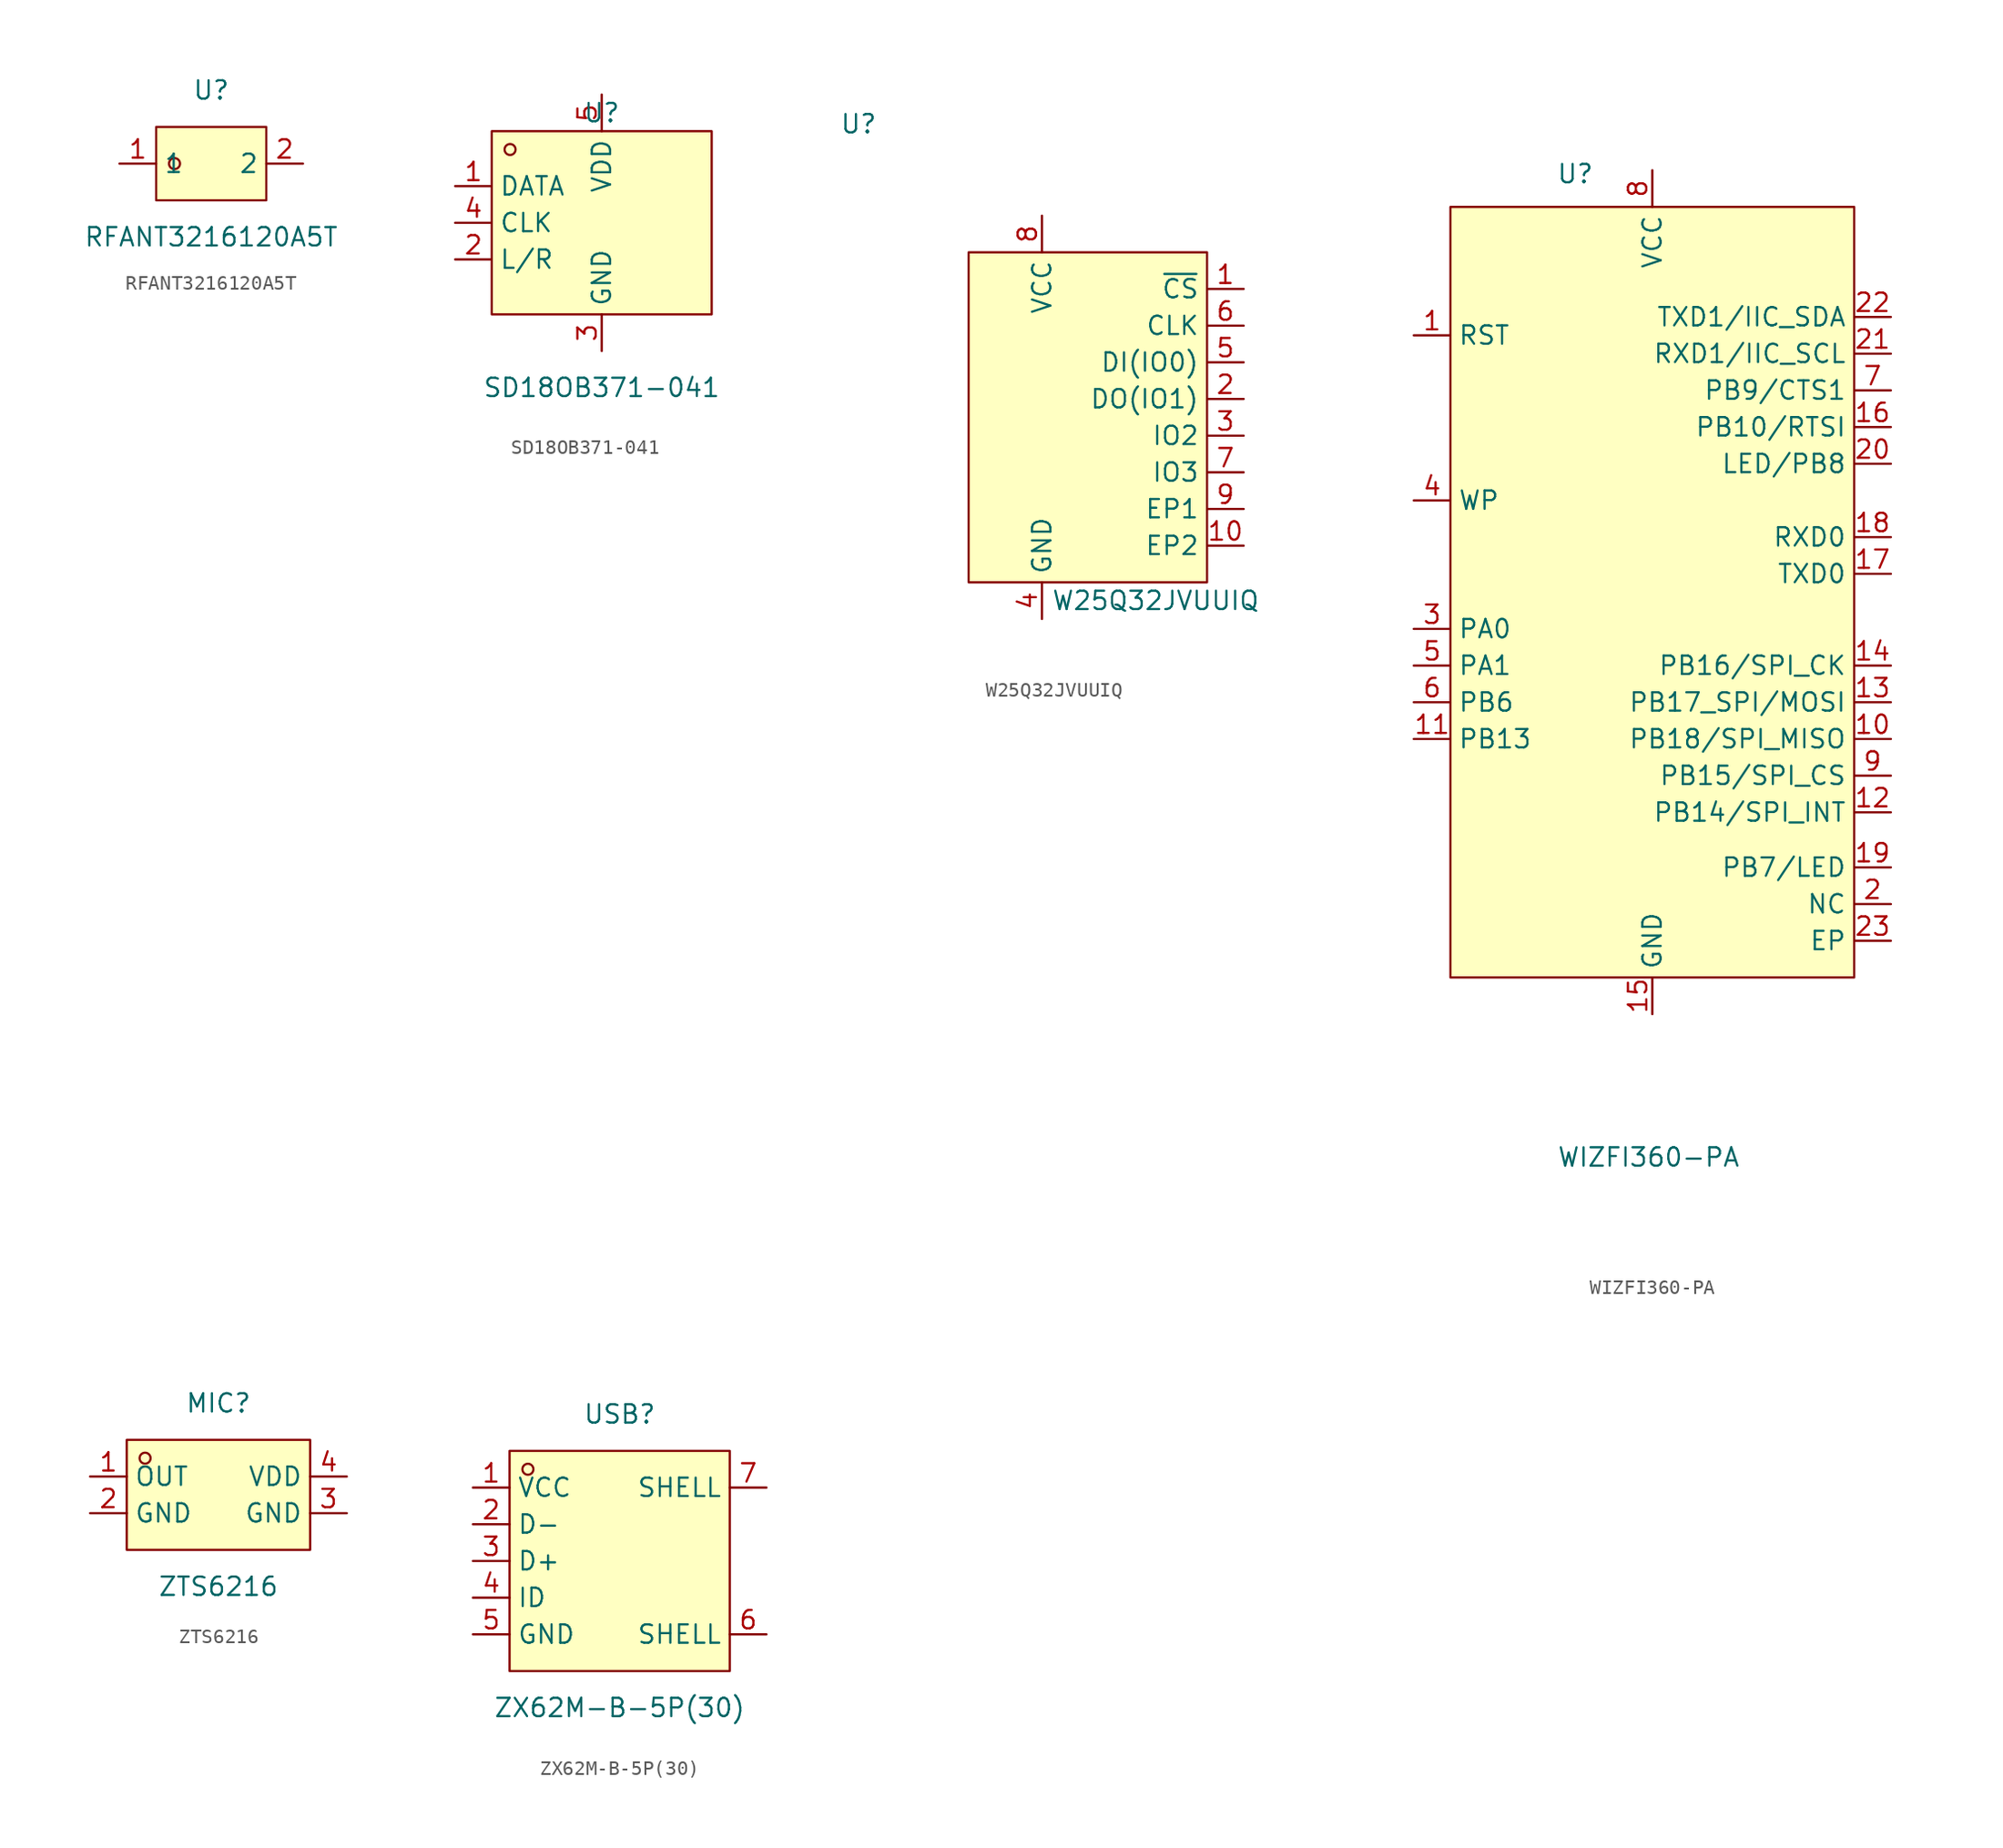
<source format=kicad_sym>
(kicad_symbol_lib
  (version 20231120)
  (generator "kicad_symbol_editor")
  (generator_version "8.0")
  (symbol "RFANT3216120A5T"
    (property "Reference" "U"
      (at 0 5.08 0)
      (effects (font (size 1.27 1.27))))
    (property "Value" "RFANT3216120A5T"
      (at 0 -5.08 0)
      (effects (font (size 1.27 1.27))))
    (symbol "RFANT3216120A5T_0_1"
      (rectangle (start -3.81 2.54) (end 3.81 -2.54) (stroke (width 0) (type default)) (fill (type background)))
      (circle (center -2.54 0) (radius 0.38) (stroke (width 0) (type default)) (fill (type none)))
      (pin unspecified line (at -6.35 0 0) (length 2.54) (name "1" (effects (font (size 1.27 1.27)))) (number "1" (effects (font (size 1.27 1.27)))))
      (pin unspecified line (at 6.35 0 180) (length 2.54) (name "2" (effects (font (size 1.27 1.27)))) (number "2" (effects (font (size 1.27 1.27)))))))
  (symbol "SD18OB371-041"
    (property "Reference" "U"
      (at 0 6.35 0)
      (effects (font (size 1.27 1.27))))
    (property "Value" "SD18OB371-041"
      (at 0 -12.7 0)
      (effects (font (size 1.27 1.27))))
    (symbol "SD18OB371-041_0_1"
      (rectangle (start -7.62 5.08) (end 7.62 -7.62) (stroke (width 0) (type default)) (fill (type background)))
      (circle (center -6.35 3.81) (radius 0.38) (stroke (width 0) (type default)) (fill (type none)))
      (pin unspecified line (at -10.16 1.27 0) (length 2.54) (name "DATA" (effects (font (size 1.27 1.27)))) (number "1" (effects (font (size 1.27 1.27)))))
      (pin unspecified line (at -10.16 -3.81 0) (length 2.54) (name "L/R" (effects (font (size 1.27 1.27)))) (number "2" (effects (font (size 1.27 1.27)))))
      (pin unspecified line (at 0 -10.16 90) (length 2.54) (name "GND" (effects (font (size 1.27 1.27)))) (number "3" (effects (font (size 1.27 1.27)))))
      (pin unspecified line (at -10.16 -1.27 0) (length 2.54) (name "CLK" (effects (font (size 1.27 1.27)))) (number "4" (effects (font (size 1.27 1.27)))))
      (pin unspecified line (at 0 7.62 270) (length 2.54) (name "VDD" (effects (font (size 1.27 1.27)))) (number "5" (effects (font (size 1.27 1.27)))))))
  (symbol "W25Q32JVUUIQ"
    (property "Reference" "U"
      (at 0 16.51 0)
      (effects (font (size 1.27 1.27))))
    (property "Value" "W25Q32JVUUIQ"
      (at 20.574 -16.51 0)
      (effects (font (size 1.27 1.27))))
    (symbol "W25Q32JVUUIQ_0_1"
      (rectangle (start 7.62 7.62) (end 24.13 -15.24) (stroke (width 0) (type default)) (fill (type background)))
      (pin unspecified line (at 26.67 5.08 180) (length 2.54) (name "~{CS}" (effects (font (size 1.27 1.27)))) (number "1" (effects (font (size 1.27 1.27)))))
      (pin unspecified line (at 26.67 -12.7 180) (length 2.54) (name "EP2" (effects (font (size 1.27 1.27)))) (number "10" (effects (font (size 1.27 1.27)))))
      (pin unspecified line (at 26.67 -2.54 180) (length 2.54) (name "DO(IO1)" (effects (font (size 1.27 1.27)))) (number "2" (effects (font (size 1.27 1.27)))))
      (pin unspecified line (at 12.7 -17.78 90) (length 2.54) (name "GND" (effects (font (size 1.27 1.27)))) (number "4" (effects (font (size 1.27 1.27)))))
      (pin unspecified line (at 26.67 0 180) (length 2.54) (name "DI(IO0)" (effects (font (size 1.27 1.27)))) (number "5" (effects (font (size 1.27 1.27)))))
      (pin unspecified line (at 26.67 2.54 180) (length 2.54) (name "CLK" (effects (font (size 1.27 1.27)))) (number "6" (effects (font (size 1.27 1.27)))))
      (pin unspecified line (at 12.7 10.16 270) (length 2.54) (name "VCC" (effects (font (size 1.27 1.27)))) (number "8" (effects (font (size 1.27 1.27)))))
      (pin unspecified line (at 26.67 -10.16 180) (length 2.54) (name "EP1" (effects (font (size 1.27 1.27)))) (number "9" (effects (font (size 1.27 1.27))))))
    (symbol "W25Q32JVUUIQ_1_1"
      (pin unspecified line (at 26.67 -5.08 180) (length 2.54) (name "IO2" (effects (font (size 1.27 1.27)))) (number "3" (effects (font (size 1.27 1.27)))))
      (pin unspecified line (at 26.67 -7.62 180) (length 2.54) (name "IO3" (effects (font (size 1.27 1.27)))) (number "7" (effects (font (size 1.27 1.27)))))))
  (symbol "WIZFI360-PA"
    (property "Reference" "U"
      (at -5.334 35.306 0)
      (effects (font (size 1.27 1.27))))
    (property "Value" "WIZFI360-PA"
      (at -0.254 -32.766 0)
      (effects (font (size 1.27 1.27))))
    (symbol "WIZFI360-PA_0_1"
      (rectangle (start -13.97 33.02) (end 13.97 -20.32) (stroke (width 0) (type default)) (fill (type background)))
      (pin unspecified line (at -16.51 24.13 0) (length 2.54) (name "RST" (effects (font (size 1.27 1.27)))) (number "1" (effects (font (size 1.27 1.27)))))
      (pin unspecified line (at 16.51 -3.81 180) (length 2.54) (name "PB18/SPI_MISO" (effects (font (size 1.27 1.27)))) (number "10" (effects (font (size 1.27 1.27)))))
      (pin unspecified line (at -16.51 -3.81 0) (length 2.54) (name "PB13" (effects (font (size 1.27 1.27)))) (number "11" (effects (font (size 1.27 1.27)))))
      (pin unspecified line (at 16.51 -8.89 180) (length 2.54) (name "PB14/SPI_INT" (effects (font (size 1.27 1.27)))) (number "12" (effects (font (size 1.27 1.27)))))
      (pin unspecified line (at 16.51 -1.27 180) (length 2.54) (name "PB17_SPI/MOSI" (effects (font (size 1.27 1.27)))) (number "13" (effects (font (size 1.27 1.27)))))
      (pin unspecified line (at 16.51 1.27 180) (length 2.54) (name "PB16/SPI_CK" (effects (font (size 1.27 1.27)))) (number "14" (effects (font (size 1.27 1.27)))))
      (pin unspecified line (at 0 -22.86 90) (length 2.54) (name "GND" (effects (font (size 1.27 1.27)))) (number "15" (effects (font (size 1.27 1.27)))))
      (pin unspecified line (at 16.51 17.78 180) (length 2.54) (name "PB10/RTSI" (effects (font (size 1.27 1.27)))) (number "16" (effects (font (size 1.27 1.27)))))
      (pin unspecified line (at 16.51 7.62 180) (length 2.54) (name "TXD0" (effects (font (size 1.27 1.27)))) (number "17" (effects (font (size 1.27 1.27)))))
      (pin unspecified line (at 16.51 10.16 180) (length 2.54) (name "RXD0" (effects (font (size 1.27 1.27)))) (number "18" (effects (font (size 1.27 1.27)))))
      (pin unspecified line (at 16.51 -15.24 180) (length 2.54) (name "NC" (effects (font (size 1.27 1.27)))) (number "2" (effects (font (size 1.27 1.27)))))
      (pin unspecified line (at 16.51 15.24 180) (length 2.54) (name "LED/PB8" (effects (font (size 1.27 1.27)))) (number "20" (effects (font (size 1.27 1.27)))))
      (pin unspecified line (at 16.51 22.86 180) (length 2.54) (name "RXD1/IIC_SCL" (effects (font (size 1.27 1.27)))) (number "21" (effects (font (size 1.27 1.27)))))
      (pin unspecified line (at 16.51 25.4 180) (length 2.54) (name "TXD1/IIC_SDA" (effects (font (size 1.27 1.27)))) (number "22" (effects (font (size 1.27 1.27)))))
      (pin unspecified line (at 16.51 -17.78 180) (length 2.54) (name "EP" (effects (font (size 1.27 1.27)))) (number "23" (effects (font (size 1.27 1.27)))))
      (pin unspecified line (at -16.51 3.81 0) (length 2.54) (name "PA0" (effects (font (size 1.27 1.27)))) (number "3" (effects (font (size 1.27 1.27)))))
      (pin unspecified line (at -16.51 12.7 0) (length 2.54) (name "WP" (effects (font (size 1.27 1.27)))) (number "4" (effects (font (size 1.27 1.27)))))
      (pin unspecified line (at -16.51 1.27 0) (length 2.54) (name "PA1" (effects (font (size 1.27 1.27)))) (number "5" (effects (font (size 1.27 1.27)))))
      (pin unspecified line (at -16.51 -1.27 0) (length 2.54) (name "PB6" (effects (font (size 1.27 1.27)))) (number "6" (effects (font (size 1.27 1.27)))))
      (pin unspecified line (at 16.51 20.32 180) (length 2.54) (name "PB9/CTS1" (effects (font (size 1.27 1.27)))) (number "7" (effects (font (size 1.27 1.27)))))
      (pin unspecified line (at 0 35.56 270) (length 2.54) (name "VCC" (effects (font (size 1.27 1.27)))) (number "8" (effects (font (size 1.27 1.27)))))
      (pin unspecified line (at 16.51 -6.35 180) (length 2.54) (name "PB15/SPI_CS" (effects (font (size 1.27 1.27)))) (number "9" (effects (font (size 1.27 1.27))))))
    (symbol "WIZFI360-PA_1_1"
      (pin unspecified line (at 16.51 -12.7 180) (length 2.54) (name "PB7/LED" (effects (font (size 1.27 1.27)))) (number "19" (effects (font (size 1.27 1.27)))))))
  (symbol "ZTS6216"
    (property "Reference" "MIC"
      (at 0 6.35 0)
      (effects (font (size 1.27 1.27))))
    (property "Value" "ZTS6216"
      (at 0 -6.35 0)
      (effects (font (size 1.27 1.27))))
    (symbol "ZTS6216_0_1"
      (rectangle (start -6.35 3.81) (end 6.35 -3.81) (stroke (width 0) (type default)) (fill (type background)))
      (circle (center -5.08 2.54) (radius 0.38) (stroke (width 0) (type default)) (fill (type none)))
      (pin unspecified line (at -8.89 1.27 0) (length 2.54) (name "OUT" (effects (font (size 1.27 1.27)))) (number "1" (effects (font (size 1.27 1.27)))))
      (pin unspecified line (at -8.89 -1.27 0) (length 2.54) (name "GND" (effects (font (size 1.27 1.27)))) (number "2" (effects (font (size 1.27 1.27)))))
      (pin unspecified line (at 8.89 -1.27 180) (length 2.54) (name "GND" (effects (font (size 1.27 1.27)))) (number "3" (effects (font (size 1.27 1.27)))))
      (pin unspecified line (at 8.89 1.27 180) (length 2.54) (name "VDD" (effects (font (size 1.27 1.27)))) (number "4" (effects (font (size 1.27 1.27)))))))
  (symbol "ZX62M-B-5P(30)"
    (property "Reference" "USB"
      (at 0 10.16 0)
      (effects (font (size 1.27 1.27))))
    (property "Value" "ZX62M-B-5P(30)"
      (at 0 -10.16 0)
      (effects (font (size 1.27 1.27))))
    (symbol "ZX62M-B-5P(30)_0_1"
      (rectangle (start -7.62 7.62) (end 7.62 -7.62) (stroke (width 0) (type default)) (fill (type background)))
      (circle (center -6.35 6.35) (radius 0.38) (stroke (width 0) (type default)) (fill (type none)))
      (pin unspecified line (at -10.16 5.08 0) (length 2.54) (name "VCC" (effects (font (size 1.27 1.27)))) (number "1" (effects (font (size 1.27 1.27)))))
      (pin unspecified line (at -10.16 2.54 0) (length 2.54) (name "D-" (effects (font (size 1.27 1.27)))) (number "2" (effects (font (size 1.27 1.27)))))
      (pin unspecified line (at -10.16 0 0) (length 2.54) (name "D+" (effects (font (size 1.27 1.27)))) (number "3" (effects (font (size 1.27 1.27)))))
      (pin unspecified line (at -10.16 -2.54 0) (length 2.54) (name "ID" (effects (font (size 1.27 1.27)))) (number "4" (effects (font (size 1.27 1.27)))))
      (pin unspecified line (at -10.16 -5.08 0) (length 2.54) (name "GND" (effects (font (size 1.27 1.27)))) (number "5" (effects (font (size 1.27 1.27)))))
      (pin unspecified line (at 10.16 -5.08 180) (length 2.54) (name "SHELL" (effects (font (size 1.27 1.27)))) (number "6" (effects (font (size 1.27 1.27)))))
      (pin unspecified line (at 10.16 5.08 180) (length 2.54) (name "SHELL" (effects (font (size 1.27 1.27)))) (number "7" (effects (font (size 1.27 1.27))))))))
</source>
